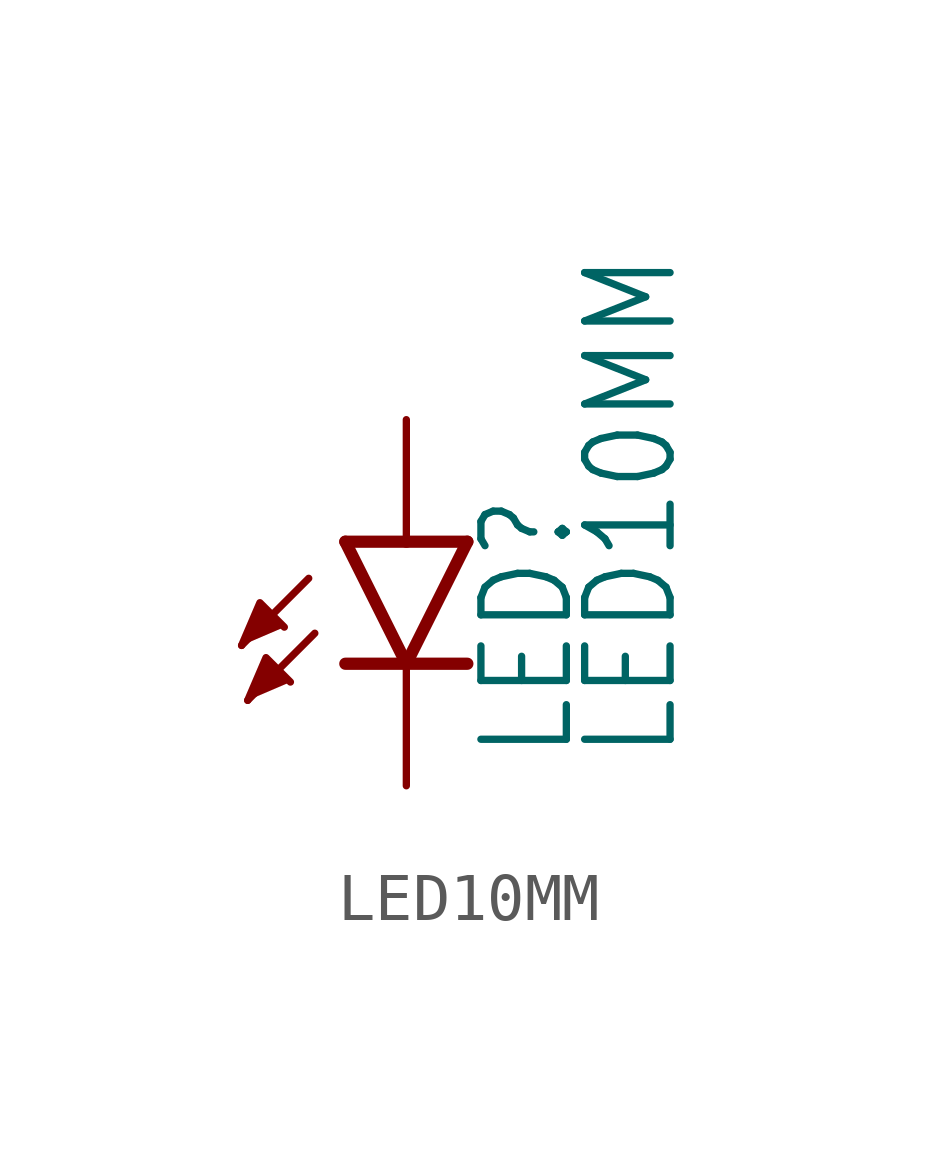
<source format=kicad_sym>
(kicad_symbol_lib
  (version 20211014)
  (generator kicad_symbol_editor)
  (symbol "LED10MM"
    (property "Reference" "LED"
      (at 3.556 -4.572 90)
      (effects (font (size 1.778 1.511)) (justify left bottom)))
    (property "Value" "LED10MM"
      (at 5.715 -4.572 90)
      (effects (font (size 1.778 1.511)) (justify left bottom)))
    (property "ki_locked" ""
      (at 0 0 0)
      (effects (font (size 1.27 1.27))))
    (symbol "LED10MM_1_0"
      (polyline (pts (xy -2.032 -0.762) (xy -3.429 -2.159)) (stroke (width 0.152) (type default) (color 0 0 0 0)) (fill (type none)))
      (polyline (pts (xy -1.905 -1.905) (xy -3.302 -3.302)) (stroke (width 0.152) (type default) (color 0 0 0 0)) (fill (type none)))
      (polyline (pts (xy 0 -2.54) (xy -1.27 -2.54)) (stroke (width 0.254) (type default) (color 0 0 0 0)) (fill (type none)))
      (polyline (pts (xy 0 -2.54) (xy -1.27 0)) (stroke (width 0.254) (type default) (color 0 0 0 0)) (fill (type none)))
      (polyline (pts (xy 0 0) (xy -1.27 0)) (stroke (width 0.254) (type default) (color 0 0 0 0)) (fill (type none)))
      (polyline (pts (xy 1.27 -2.54) (xy 0 -2.54)) (stroke (width 0.254) (type default) (color 0 0 0 0)) (fill (type none)))
      (polyline (pts (xy 1.27 0) (xy 0 -2.54)) (stroke (width 0.254) (type default) (color 0 0 0 0)) (fill (type none)))
      (polyline (pts (xy 1.27 0) (xy 0 0)) (stroke (width 0.254) (type default) (color 0 0 0 0)) (fill (type none)))
      (polyline (pts (xy -3.429 -2.159) (xy -3.048 -1.27) (xy -2.54 -1.778)) (stroke (width 0) (type default) (color 0 0 0 0)) (fill (type outline)))
      (polyline (pts (xy -3.302 -3.302) (xy -2.921 -2.413) (xy -2.413 -2.921)) (stroke (width 0) (type default) (color 0 0 0 0)) (fill (type outline)))
      (pin passive line (at 0 2.54 270) (length 2.54) (name "A" (effects (font (size 0 0)))) (number "A" (effects (font (size 0 0)))))
      (pin passive line (at 0 -5.08 90) (length 2.54) (name "C" (effects (font (size 0 0)))) (number "K" (effects (font (size 0 0))))))))
</source>
